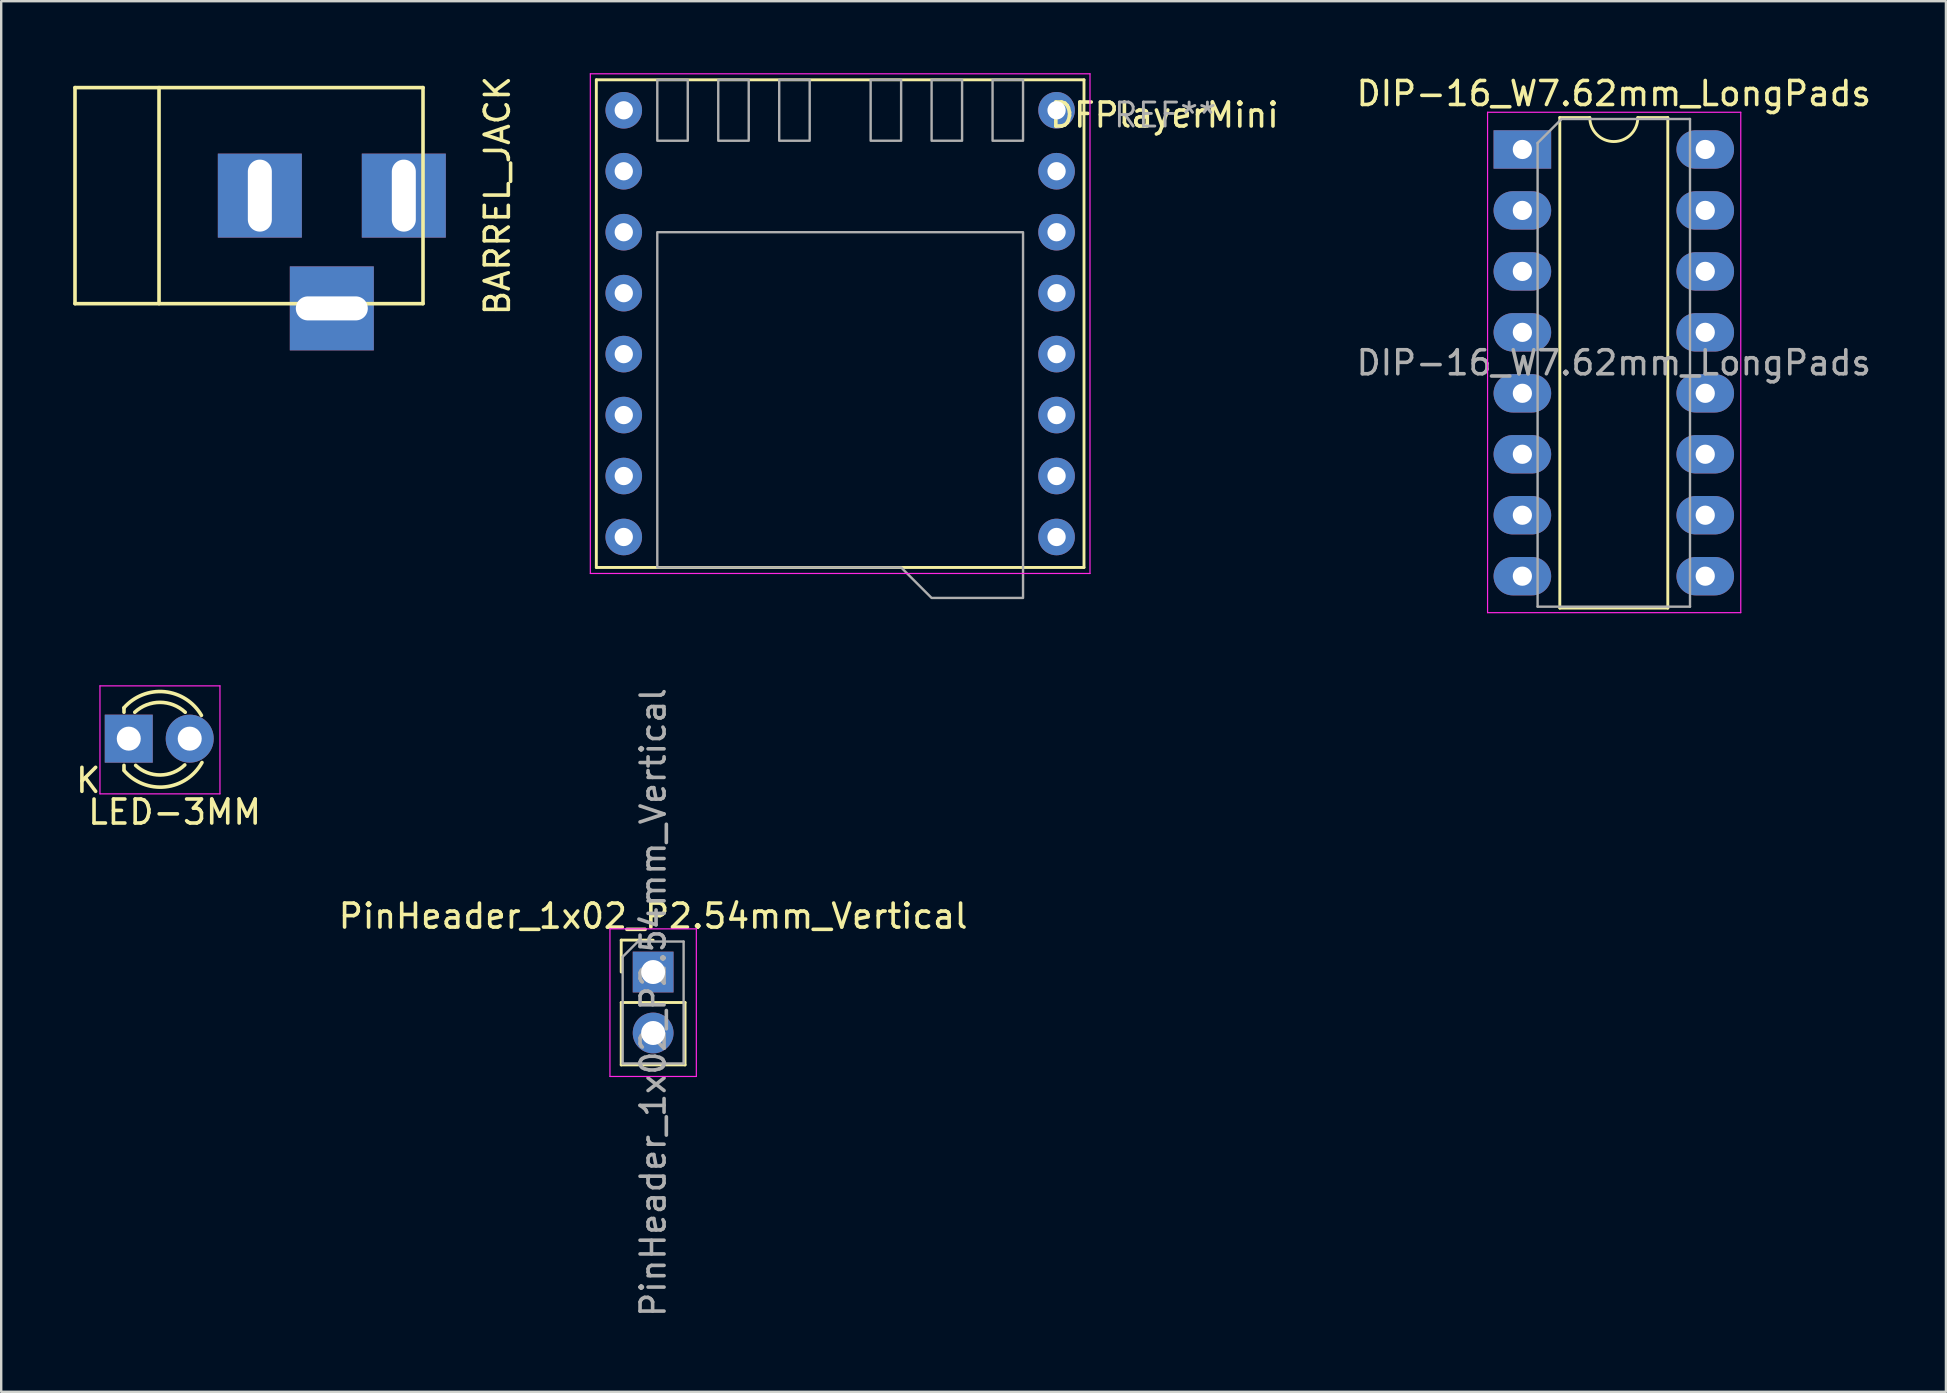
<source format=kicad_pcb>
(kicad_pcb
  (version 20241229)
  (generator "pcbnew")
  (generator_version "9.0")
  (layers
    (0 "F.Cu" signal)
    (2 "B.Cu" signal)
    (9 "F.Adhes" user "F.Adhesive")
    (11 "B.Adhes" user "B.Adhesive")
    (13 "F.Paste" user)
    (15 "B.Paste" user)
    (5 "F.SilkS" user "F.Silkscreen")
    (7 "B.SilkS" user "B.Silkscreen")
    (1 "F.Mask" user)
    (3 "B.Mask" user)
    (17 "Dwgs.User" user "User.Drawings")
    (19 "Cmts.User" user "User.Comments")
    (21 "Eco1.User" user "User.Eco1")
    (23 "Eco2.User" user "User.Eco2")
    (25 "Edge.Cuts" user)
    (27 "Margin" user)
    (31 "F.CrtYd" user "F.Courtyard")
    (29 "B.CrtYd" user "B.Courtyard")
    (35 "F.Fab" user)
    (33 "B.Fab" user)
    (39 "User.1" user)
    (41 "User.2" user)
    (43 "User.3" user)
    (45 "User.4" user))
  (footprint "BARREL_JACK"
    (layer "F.Cu")
    (at 7.576 5.101)
    (property "Reference" "BARREL_JACK" (at 10.099 0 90) (layer "F.SilkS") (effects (font (size 1 1) (thickness 0.15))))
    (attr through_hole)
    (fp_line (start -7.501 -4.501) (end -7.501 4.501) (stroke (width 0.15) (type solid)) (layer "F.SilkS"))
    (fp_line (start -7.501 4.501) (end 7 4.501) (stroke (width 0.15) (type solid)) (layer "F.SilkS"))
    (fp_line (start -4 -4.501) (end -4 4.501) (stroke (width 0.15) (type solid)) (layer "F.SilkS"))
    (fp_line (start 7 -4.501) (end -7.501 -4.501) (stroke (width 0.15) (type solid)) (layer "F.SilkS"))
    (fp_line (start 7 4.501) (end 7 -4.501) (stroke (width 0.15) (type solid)) (layer "F.SilkS"))
    (pad "1" thru_hole rect (at 6.2 0) (size 3.5 3.5) (drill oval 1 3) (layers "*.Cu" "*.Mask"))
    (pad "2" thru_hole rect (at 0.201 0) (size 3.5 3.5) (drill oval 1 3) (layers "*.Cu" "*.Mask"))
    (pad "3" thru_hole rect (at 3.2 4.699) (size 3.5 3.5) (drill oval 3 1) (layers "*.Cu" "*.Mask")))
  (footprint "PinHeader_1x02_P2.54mm_Vertical"
    (layer "F.Cu")
    (at 24.165 37.453)
    (property "Reference" "PinHeader_1x02_P2.54mm_Vertical" (at 0 -2.33 0) (layer "F.SilkS") (effects (font (size 1 1) (thickness 0.15))))
    (attr through_hole)
    (fp_line (start -1.33 -1.33) (end 0 -1.33) (stroke (width 0.12) (type solid)) (layer "F.SilkS"))
    (fp_line (start -1.33 0) (end -1.33 -1.33) (stroke (width 0.12) (type solid)) (layer "F.SilkS"))
    (fp_line (start -1.33 1.27) (end -1.33 3.87) (stroke (width 0.12) (type solid)) (layer "F.SilkS"))
    (fp_line (start -1.33 1.27) (end 1.33 1.27) (stroke (width 0.12) (type solid)) (layer "F.SilkS"))
    (fp_line (start -1.33 3.87) (end 1.33 3.87) (stroke (width 0.12) (type solid)) (layer "F.SilkS"))
    (fp_line (start 1.33 1.27) (end 1.33 3.87) (stroke (width 0.12) (type solid)) (layer "F.SilkS"))
    (fp_line (start -1.8 -1.8) (end -1.8 4.35) (stroke (width 0.05) (type solid)) (layer "F.CrtYd"))
    (fp_line (start -1.8 4.35) (end 1.8 4.35) (stroke (width 0.05) (type solid)) (layer "F.CrtYd"))
    (fp_line (start 1.8 -1.8) (end -1.8 -1.8) (stroke (width 0.05) (type solid)) (layer "F.CrtYd"))
    (fp_line (start 1.8 4.35) (end 1.8 -1.8) (stroke (width 0.05) (type solid)) (layer "F.CrtYd"))
    (fp_line (start -1.27 -0.635) (end -0.635 -1.27) (stroke (width 0.1) (type solid)) (layer "F.Fab"))
    (fp_line (start -1.27 3.81) (end -1.27 -0.635) (stroke (width 0.1) (type solid)) (layer "F.Fab"))
    (fp_line (start -0.635 -1.27) (end 1.27 -1.27) (stroke (width 0.1) (type solid)) (layer "F.Fab"))
    (fp_line (start 1.27 -1.27) (end 1.27 3.81) (stroke (width 0.1) (type solid)) (layer "F.Fab"))
    (fp_line (start 1.27 3.81) (end -1.27 3.81) (stroke (width 0.1) (type solid)) (layer "F.Fab"))
    (fp_text user "${REFERENCE}" (at 0 1.27 90) (layer "F.Fab") (effects (font (size 1 1) (thickness 0.15))))
    (pad "1" thru_hole rect (at 0 0) (size 1.7 1.7) (drill 1) (layers "*.Cu" "*.Mask"))
    (pad "2" thru_hole oval (at 0 2.54) (size 1.7 1.7) (drill 1) (layers "*.Cu" "*.Mask")))
  (footprint "DFPlayerMini"
    (layer "F.Cu")
    (at 22.941 1.545)
    (property "Reference" "DFPlayerMini" (at 22.527 0.2 0) (layer "F.SilkS") (effects (font (size 1 1) (thickness 0.15))))
    (attr through_hole)
    (fp_line (start -1.143 -1.27) (end 19.177 -1.27) (stroke (width 0.12) (type solid)) (layer "F.SilkS"))
    (fp_line (start -1.143 19.05) (end -1.143 -1.27) (stroke (width 0.12) (type solid)) (layer "F.SilkS"))
    (fp_line (start 19.177 -1.27) (end 19.177 19.05) (stroke (width 0.12) (type solid)) (layer "F.SilkS"))
    (fp_line (start 19.177 19.05) (end -1.143 19.05) (stroke (width 0.12) (type solid)) (layer "F.SilkS"))
    (fp_line (start -1.393 -1.52) (end 19.427 -1.52) (stroke (width 0.05) (type solid)) (layer "F.CrtYd"))
    (fp_line (start -1.393 19.3) (end -1.393 -1.52) (stroke (width 0.05) (type solid)) (layer "F.CrtYd"))
    (fp_line (start 19.427 -1.52) (end 19.427 19.3) (stroke (width 0.05) (type solid)) (layer "F.CrtYd"))
    (fp_line (start 19.427 19.3) (end -1.393 19.3) (stroke (width 0.05) (type solid)) (layer "F.CrtYd"))
    (fp_poly (pts (xy 1.397 -1.27) (xy 1.397 1.27) (xy 2.667 1.27) (xy 2.667 -1.27)) (stroke (width 0.1) (type solid)) (fill no) (layer "F.Fab"))
    (fp_poly (pts (xy 3.937 -1.27) (xy 3.937 1.27) (xy 5.207 1.27) (xy 5.207 -1.27)) (stroke (width 0.1) (type solid)) (fill no) (layer "F.Fab"))
    (fp_poly (pts (xy 6.477 -1.27) (xy 6.477 1.27) (xy 7.747 1.27) (xy 7.747 -1.27)) (stroke (width 0.1) (type solid)) (fill no) (layer "F.Fab"))
    (fp_poly (pts (xy 10.287 -1.27) (xy 10.287 1.27) (xy 11.557 1.27) (xy 11.557 -1.27)) (stroke (width 0.1) (type solid)) (fill no) (layer "F.Fab"))
    (fp_poly (pts (xy 12.827 -1.27) (xy 12.827 1.27) (xy 14.097 1.27) (xy 14.097 -1.27)) (stroke (width 0.1) (type solid)) (fill no) (layer "F.Fab"))
    (fp_poly (pts (xy 15.367 -1.27) (xy 15.367 1.27) (xy 16.637 1.27) (xy 16.637 -1.27)) (stroke (width 0.1) (type solid)) (fill no) (layer "F.Fab"))
    (fp_poly (pts (xy 1.397 5.08) (xy 1.397 19.05) (xy 11.557 19.05) (xy 12.827 20.32) (xy 16.637 20.32) (xy 16.637 5.08)) (stroke (width 0.1) (type solid)) (fill no) (layer "F.Fab"))
    (fp_text user "REF**" (at 22.557 0.2 0) (layer "F.Fab") (effects (font (size 1 1) (thickness 0.12))))
    (pad "1" thru_hole circle (at 0 0) (size 1.524 1.524) (drill 0.762) (layers "*.Cu" "*.Mask"))
    (pad "2" thru_hole circle (at 0 2.54) (size 1.524 1.524) (drill 0.762) (layers "*.Cu" "*.Mask"))
    (pad "3" thru_hole circle (at 0 5.08) (size 1.524 1.524) (drill 0.762) (layers "*.Cu" "*.Mask"))
    (pad "4" thru_hole circle (at 0 7.62) (size 1.524 1.524) (drill 0.762) (layers "*.Cu" "*.Mask"))
    (pad "5" thru_hole circle (at 0 10.16) (size 1.524 1.524) (drill 0.762) (layers "*.Cu" "*.Mask"))
    (pad "6" thru_hole circle (at 0 12.7) (size 1.524 1.524) (drill 0.762) (layers "*.Cu" "*.Mask"))
    (pad "7" thru_hole circle (at 0 15.24) (size 1.524 1.524) (drill 0.762) (layers "*.Cu" "*.Mask"))
    (pad "8" thru_hole circle (at 0 17.78) (size 1.524 1.524) (drill 0.762) (layers "*.Cu" "*.Mask"))
    (pad "9" thru_hole circle (at 18.034 17.78) (size 1.524 1.524) (drill 0.762) (layers "*.Cu" "*.Mask"))
    (pad "10" thru_hole circle (at 18.034 15.24) (size 1.524 1.524) (drill 0.762) (layers "*.Cu" "*.Mask"))
    (pad "11" thru_hole circle (at 18.034 12.7) (size 1.524 1.524) (drill 0.762) (layers "*.Cu" "*.Mask"))
    (pad "12" thru_hole circle (at 18.034 10.16) (size 1.524 1.524) (drill 0.762) (layers "*.Cu" "*.Mask"))
    (pad "13" thru_hole circle (at 18.034 7.62) (size 1.524 1.524) (drill 0.762) (layers "*.Cu" "*.Mask"))
    (pad "14" thru_hole circle (at 18.034 5.08) (size 1.524 1.524) (drill 0.762) (layers "*.Cu" "*.Mask"))
    (pad "15" thru_hole circle (at 18.034 2.54) (size 1.524 1.524) (drill 0.762) (layers "*.Cu" "*.Mask"))
    (pad "16" thru_hole circle (at 18.034 0) (size 1.524 1.524) (drill 0.762) (layers "*.Cu" "*.Mask")))
  (footprint "LED-3MM"
    (layer "F.Cu")
    (at 2.315 27.728)
    (property "Reference" "LED-3MM" (at 1.91 3.06 0) (layer "F.SilkS") (effects (font (size 1 1) (thickness 0.15))))
    (attr through_hole)
    (fp_line (start -0.199 -1.28) (end -0.199 -1.1) (stroke (width 0.15) (type solid)) (layer "F.SilkS"))
    (fp_line (start -0.199 1.314) (end -0.199 1.114) (stroke (width 0.15) (type solid)) (layer "F.SilkS"))
    (fp_arc (start -0.199 -1.286) (mid 1.495903 -1.954571) (end 3.028744 -0.969643) (stroke (width 0.15) (type solid)) (layer "F.SilkS"))
    (fp_arc (start 0.25 -1.1) (mid 1.301686 -1.512142) (end 2.353005 -1.099067) (stroke (width 0.15) (type solid)) (layer "F.SilkS"))
    (fp_arc (start 2.335 1.094) (mid 1.31492 1.51473) (end 0.287111 1.113252) (stroke (width 0.15) (type solid)) (layer "F.SilkS"))
    (fp_arc (start 3.051 0.994) (mid 1.522637 2.009958) (end -0.18622 1.340726) (stroke (width 0.15) (type solid)) (layer "F.SilkS"))
    (fp_line (start -1.2 -2.2) (end -1.2 2.3) (stroke (width 0.05) (type solid)) (layer "F.CrtYd"))
    (fp_line (start -1.2 2.3) (end 3.8 2.3) (stroke (width 0.05) (type solid)) (layer "F.CrtYd"))
    (fp_line (start 3.8 -2.2) (end -1.2 -2.2) (stroke (width 0.05) (type solid)) (layer "F.CrtYd"))
    (fp_line (start 3.8 2.3) (end 3.8 -2.2) (stroke (width 0.05) (type solid)) (layer "F.CrtYd"))
    (fp_text user "K" (at -1.69 1.74 0) (layer "F.SilkS") (effects (font (size 1 1) (thickness 0.15))))
    (pad "1" thru_hole rect (at 0 0 90) (size 2 2) (drill 1) (layers "*.Cu" "*.Mask"))
    (pad "2" thru_hole circle (at 2.54 0) (size 2 2) (drill 1) (layers "*.Cu" "*.Mask")))
  (footprint "DIP-16_W7.62mm_LongPads"
    (layer "F.Cu")
    (at 60.384 3.178)
    (property "Reference" "DIP-16_W7.62mm_LongPads" (at 3.81 -2.33 0) (layer "F.SilkS") (effects (font (size 1 1) (thickness 0.15))))
    (attr through_hole)
    (fp_line (start 1.56 -1.33) (end 1.56 19.11) (stroke (width 0.12) (type solid)) (layer "F.SilkS"))
    (fp_line (start 1.56 19.11) (end 6.06 19.11) (stroke (width 0.12) (type solid)) (layer "F.SilkS"))
    (fp_line (start 2.81 -1.33) (end 1.56 -1.33) (stroke (width 0.12) (type solid)) (layer "F.SilkS"))
    (fp_line (start 6.06 -1.33) (end 4.81 -1.33) (stroke (width 0.12) (type solid)) (layer "F.SilkS"))
    (fp_line (start 6.06 19.11) (end 6.06 -1.33) (stroke (width 0.12) (type solid)) (layer "F.SilkS"))
    (fp_arc (start 4.81 -1.33) (mid 3.81 -0.33) (end 2.81 -1.33) (stroke (width 0.12) (type solid)) (layer "F.SilkS"))
    (fp_line (start -1.45 -1.55) (end -1.45 19.3) (stroke (width 0.05) (type solid)) (layer "F.CrtYd"))
    (fp_line (start -1.45 19.3) (end 9.1 19.3) (stroke (width 0.05) (type solid)) (layer "F.CrtYd"))
    (fp_line (start 9.1 -1.55) (end -1.45 -1.55) (stroke (width 0.05) (type solid)) (layer "F.CrtYd"))
    (fp_line (start 9.1 19.3) (end 9.1 -1.55) (stroke (width 0.05) (type solid)) (layer "F.CrtYd"))
    (fp_line (start 0.635 -0.27) (end 1.635 -1.27) (stroke (width 0.1) (type solid)) (layer "F.Fab"))
    (fp_line (start 0.635 19.05) (end 0.635 -0.27) (stroke (width 0.1) (type solid)) (layer "F.Fab"))
    (fp_line (start 1.635 -1.27) (end 6.985 -1.27) (stroke (width 0.1) (type solid)) (layer "F.Fab"))
    (fp_line (start 6.985 -1.27) (end 6.985 19.05) (stroke (width 0.1) (type solid)) (layer "F.Fab"))
    (fp_line (start 6.985 19.05) (end 0.635 19.05) (stroke (width 0.1) (type solid)) (layer "F.Fab"))
    (fp_text user "${REFERENCE}" (at 3.81 8.89 0) (layer "F.Fab") (effects (font (size 1 1) (thickness 0.15))))
    (pad "1" thru_hole rect (at 0 0) (size 2.4 1.6) (drill 0.8) (layers "*.Cu" "*.Mask"))
    (pad "2" thru_hole oval (at 0 2.54) (size 2.4 1.6) (drill 0.8) (layers "*.Cu" "*.Mask"))
    (pad "3" thru_hole oval (at 0 5.08) (size 2.4 1.6) (drill 0.8) (layers "*.Cu" "*.Mask"))
    (pad "4" thru_hole oval (at 0 7.62) (size 2.4 1.6) (drill 0.8) (layers "*.Cu" "*.Mask"))
    (pad "5" thru_hole oval (at 0 10.16) (size 2.4 1.6) (drill 0.8) (layers "*.Cu" "*.Mask"))
    (pad "6" thru_hole oval (at 0 12.7) (size 2.4 1.6) (drill 0.8) (layers "*.Cu" "*.Mask"))
    (pad "7" thru_hole oval (at 0 15.24) (size 2.4 1.6) (drill 0.8) (layers "*.Cu" "*.Mask"))
    (pad "8" thru_hole oval (at 0 17.78) (size 2.4 1.6) (drill 0.8) (layers "*.Cu" "*.Mask"))
    (pad "9" thru_hole oval (at 7.62 17.78) (size 2.4 1.6) (drill 0.8) (layers "*.Cu" "*.Mask"))
    (pad "10" thru_hole oval (at 7.62 15.24) (size 2.4 1.6) (drill 0.8) (layers "*.Cu" "*.Mask"))
    (pad "11" thru_hole oval (at 7.62 12.7) (size 2.4 1.6) (drill 0.8) (layers "*.Cu" "*.Mask"))
    (pad "12" thru_hole oval (at 7.62 10.16) (size 2.4 1.6) (drill 0.8) (layers "*.Cu" "*.Mask"))
    (pad "13" thru_hole oval (at 7.62 7.62) (size 2.4 1.6) (drill 0.8) (layers "*.Cu" "*.Mask"))
    (pad "14" thru_hole oval (at 7.62 5.08) (size 2.4 1.6) (drill 0.8) (layers "*.Cu" "*.Mask"))
    (pad "15" thru_hole oval (at 7.62 2.54) (size 2.4 1.6) (drill 0.8) (layers "*.Cu" "*.Mask"))
    (pad "16" thru_hole oval (at 7.62 0) (size 2.4 1.6) (drill 0.8) (layers "*.Cu" "*.Mask")))
  (gr_rect
    (start -3 -3)
    (end 78.033 54.944)
    (stroke (width 0.1) (type default))
    (fill no)
    (layer "Edge.Cuts")))
</source>
